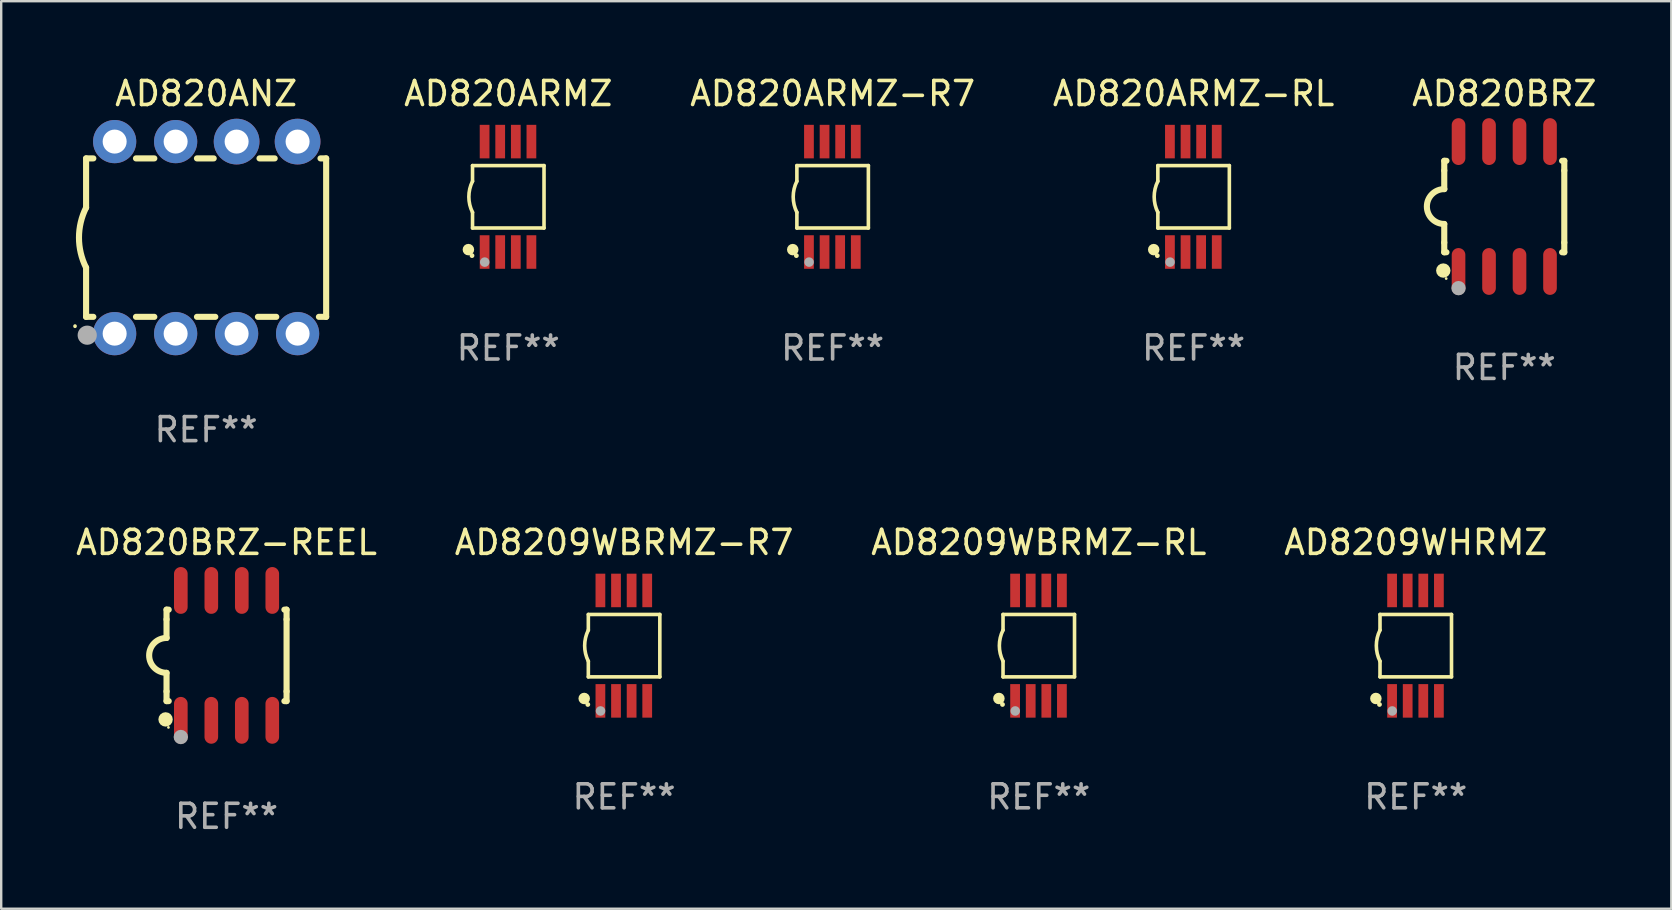
<source format=kicad_pcb>
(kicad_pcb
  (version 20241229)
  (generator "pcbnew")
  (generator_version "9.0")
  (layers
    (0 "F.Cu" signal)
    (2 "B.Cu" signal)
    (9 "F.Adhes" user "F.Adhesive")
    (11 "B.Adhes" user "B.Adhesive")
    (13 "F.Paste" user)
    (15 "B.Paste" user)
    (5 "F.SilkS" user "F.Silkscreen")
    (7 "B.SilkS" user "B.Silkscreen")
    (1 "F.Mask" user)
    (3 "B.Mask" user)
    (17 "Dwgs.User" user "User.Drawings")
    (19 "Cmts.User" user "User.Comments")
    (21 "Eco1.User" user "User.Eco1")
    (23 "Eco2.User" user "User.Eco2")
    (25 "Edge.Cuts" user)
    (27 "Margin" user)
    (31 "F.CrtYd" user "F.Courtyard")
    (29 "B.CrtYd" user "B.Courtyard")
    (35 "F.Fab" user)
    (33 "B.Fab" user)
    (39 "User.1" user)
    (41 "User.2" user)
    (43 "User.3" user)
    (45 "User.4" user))
  (footprint "AD820BRZ-REEL"
    (layer "F.Cu")
    (at 6.387 24.25)
    (property "Reference" "AD820BRZ-REEL" (at 0 -4.705 0) (layer "F.SilkS") (effects (font (size 1 1) (thickness 0.15))))
    (attr through_hole)
    (fp_line (start -2.5 -1.905) (end -2.409 -1.905) (stroke (width 0.254) (type solid)) (layer "F.SilkS"))
    (fp_line (start -2.5 -1.5) (end -2.5 -1.905) (stroke (width 0.254) (type solid)) (layer "F.SilkS"))
    (fp_line (start -2.5 -1.5) (end -2.5 -0.726) (stroke (width 0.254) (type solid)) (layer "F.SilkS"))
    (fp_line (start -2.5 1.5) (end -2.5 0.727) (stroke (width 0.254) (type solid)) (layer "F.SilkS"))
    (fp_line (start -2.5 1.5) (end -2.5 1.905) (stroke (width 0.254) (type solid)) (layer "F.SilkS"))
    (fp_line (start -2.5 1.905) (end -2.409 1.905) (stroke (width 0.254) (type solid)) (layer "F.SilkS"))
    (fp_line (start 2.5 -1.905) (end 2.409 -1.905) (stroke (width 0.254) (type solid)) (layer "F.SilkS"))
    (fp_line (start 2.5 -1.5) (end 2.5 -1.905) (stroke (width 0.254) (type solid)) (layer "F.SilkS"))
    (fp_line (start 2.5 -1.5) (end 2.5 1.5) (stroke (width 0.254) (type solid)) (layer "F.SilkS"))
    (fp_line (start 2.5 1.5) (end 2.5 1.905) (stroke (width 0.254) (type solid)) (layer "F.SilkS"))
    (fp_line (start 2.5 1.905) (end 2.409 1.905) (stroke (width 0.254) (type solid)) (layer "F.SilkS"))
    (fp_arc (start -2.5 0.726568) (mid -3.220316 -0.0023) (end -2.495097 -0.726289) (stroke (width 0.254001) (type solid)) (layer "F.SilkS"))
    (fp_circle (center -2.54 2.667) (end -2.39 2.667) (stroke (width 0.3) (type solid)) (fill no) (layer "F.SilkS"))
    (fp_circle (center -2.42 3) (end -2.39 3) (stroke (width 0.06) (type solid)) (fill no) (layer "F.SilkS"))
    (fp_circle (center -1.905 3.4) (end -1.755 3.4) (stroke (width 0.3) (type solid)) (fill no) (layer "F.Fab"))
    (fp_text user "REF**" (at 0 6.705 0) (layer "F.Fab") (effects (font (size 1 1) (thickness 0.15))))
    (pad "1" smd oval (at -1.905 2.705) (size 0.568 1.95) (layers "F.Cu" "F.Mask" "F.Paste"))
    (pad "2" smd oval (at -0.635 2.705) (size 0.568 1.95) (layers "F.Cu" "F.Mask" "F.Paste"))
    (pad "3" smd oval (at 0.635 2.705) (size 0.568 1.95) (layers "F.Cu" "F.Mask" "F.Paste"))
    (pad "4" smd oval (at 1.905 2.705) (size 0.568 1.95) (layers "F.Cu" "F.Mask" "F.Paste"))
    (pad "5" smd oval (at 1.905 -2.705) (size 0.568 1.95) (layers "F.Cu" "F.Mask" "F.Paste"))
    (pad "6" smd oval (at 0.635 -2.705) (size 0.568 1.95) (layers "F.Cu" "F.Mask" "F.Paste"))
    (pad "7" smd oval (at -0.635 -2.705) (size 0.568 1.95) (layers "F.Cu" "F.Mask" "F.Paste"))
    (pad "8" smd oval (at -1.905 -2.705) (size 0.568 1.95) (layers "F.Cu" "F.Mask" "F.Paste")))
  (footprint "AD820ARMZ-R7"
    (layer "F.Cu")
    (at 31.633 5.148)
    (property "Reference" "AD820ARMZ-R7" (at 0 -4.3 0) (layer "F.SilkS") (effects (font (size 1 1) (thickness 0.15))))
    (attr through_hole)
    (fp_line (start -1.489 -1.3) (end -1.489 -0.648) (stroke (width 0.15) (type solid)) (layer "F.SilkS"))
    (fp_line (start -1.489 0.648) (end -1.489 1.3) (stroke (width 0.15) (type solid)) (layer "F.SilkS"))
    (fp_line (start -1.489 1.3) (end 1.489 1.3) (stroke (width 0.15) (type solid)) (layer "F.SilkS"))
    (fp_line (start 1.489 -1.3) (end -1.489 -1.3) (stroke (width 0.15) (type solid)) (layer "F.SilkS"))
    (fp_line (start 1.489 1.3) (end 1.489 -1.3) (stroke (width 0.15) (type solid)) (layer "F.SilkS"))
    (fp_arc (start -1.489205 0.647702) (mid -1.642107 0) (end -1.489205 -0.647701) (stroke (width 0.150013) (type solid)) (layer "F.SilkS"))
    (fp_circle (center -1.661 2.2) (end -1.541 2.2) (stroke (width 0.24) (type solid)) (fill no) (layer "F.SilkS"))
    (fp_circle (center -1.511 2.45) (end -1.461 2.45) (stroke (width 0.1) (type solid)) (fill no) (layer "F.SilkS"))
    (fp_circle (center -0.981 2.72) (end -0.881 2.72) (stroke (width 0.2) (type solid)) (fill no) (layer "F.Fab"))
    (fp_text user "REF**" (at 0 6.3 0) (layer "F.Fab") (effects (font (size 1 1) (thickness 0.15))))
    (pad "1" smd rect (at -0.986 2.3) (size 0.406 1.397) (layers "F.Cu" "F.Mask" "F.Paste"))
    (pad "2" smd rect (at -0.336 2.3) (size 0.406 1.397) (layers "F.Cu" "F.Mask" "F.Paste"))
    (pad "3" smd rect (at 0.314 2.3) (size 0.406 1.397) (layers "F.Cu" "F.Mask" "F.Paste"))
    (pad "4" smd rect (at 0.964 2.3) (size 0.406 1.397) (layers "F.Cu" "F.Mask" "F.Paste"))
    (pad "5" smd rect (at 0.964 -2.3) (size 0.406 1.397) (layers "F.Cu" "F.Mask" "F.Paste"))
    (pad "6" smd rect (at 0.314 -2.3) (size 0.406 1.397) (layers "F.Cu" "F.Mask" "F.Paste"))
    (pad "7" smd rect (at -0.336 -2.3) (size 0.406 1.397) (layers "F.Cu" "F.Mask" "F.Paste"))
    (pad "8" smd rect (at -0.986 -2.3) (size 0.406 1.397) (layers "F.Cu" "F.Mask" "F.Paste")))
  (footprint "AD8209WBRMZ-R7"
    (layer "F.Cu")
    (at 22.946 23.845)
    (property "Reference" "AD8209WBRMZ-R7" (at 0 -4.3 0) (layer "F.SilkS") (effects (font (size 1 1) (thickness 0.15))))
    (attr through_hole)
    (fp_line (start -1.489 -1.3) (end -1.489 -0.648) (stroke (width 0.15) (type solid)) (layer "F.SilkS"))
    (fp_line (start -1.489 0.648) (end -1.489 1.3) (stroke (width 0.15) (type solid)) (layer "F.SilkS"))
    (fp_line (start -1.489 1.3) (end 1.489 1.3) (stroke (width 0.15) (type solid)) (layer "F.SilkS"))
    (fp_line (start 1.489 -1.3) (end -1.489 -1.3) (stroke (width 0.15) (type solid)) (layer "F.SilkS"))
    (fp_line (start 1.489 1.3) (end 1.489 -1.3) (stroke (width 0.15) (type solid)) (layer "F.SilkS"))
    (fp_arc (start -1.489205 0.647702) (mid -1.642107 0) (end -1.489205 -0.647701) (stroke (width 0.150013) (type solid)) (layer "F.SilkS"))
    (fp_circle (center -1.661 2.2) (end -1.541 2.2) (stroke (width 0.24) (type solid)) (fill no) (layer "F.SilkS"))
    (fp_circle (center -1.511 2.45) (end -1.461 2.45) (stroke (width 0.1) (type solid)) (fill no) (layer "F.SilkS"))
    (fp_circle (center -0.981 2.72) (end -0.881 2.72) (stroke (width 0.2) (type solid)) (fill no) (layer "F.Fab"))
    (fp_text user "REF**" (at 0 6.3 0) (layer "F.Fab") (effects (font (size 1 1) (thickness 0.15))))
    (pad "1" smd rect (at -0.986 2.3) (size 0.406 1.397) (layers "F.Cu" "F.Mask" "F.Paste"))
    (pad "2" smd rect (at -0.336 2.3) (size 0.406 1.397) (layers "F.Cu" "F.Mask" "F.Paste"))
    (pad "3" smd rect (at 0.314 2.3) (size 0.406 1.397) (layers "F.Cu" "F.Mask" "F.Paste"))
    (pad "4" smd rect (at 0.964 2.3) (size 0.406 1.397) (layers "F.Cu" "F.Mask" "F.Paste"))
    (pad "5" smd rect (at 0.964 -2.3) (size 0.406 1.397) (layers "F.Cu" "F.Mask" "F.Paste"))
    (pad "6" smd rect (at 0.314 -2.3) (size 0.406 1.397) (layers "F.Cu" "F.Mask" "F.Paste"))
    (pad "7" smd rect (at -0.336 -2.3) (size 0.406 1.397) (layers "F.Cu" "F.Mask" "F.Paste"))
    (pad "8" smd rect (at -0.986 -2.3) (size 0.406 1.397) (layers "F.Cu" "F.Mask" "F.Paste")))
  (footprint "AD8209WBRMZ-RL"
    (layer "F.Cu")
    (at 40.22 23.845)
    (property "Reference" "AD8209WBRMZ-RL" (at 0 -4.3 0) (layer "F.SilkS") (effects (font (size 1 1) (thickness 0.15))))
    (attr through_hole)
    (fp_line (start -1.489 -1.3) (end -1.489 -0.648) (stroke (width 0.15) (type solid)) (layer "F.SilkS"))
    (fp_line (start -1.489 0.648) (end -1.489 1.3) (stroke (width 0.15) (type solid)) (layer "F.SilkS"))
    (fp_line (start -1.489 1.3) (end 1.489 1.3) (stroke (width 0.15) (type solid)) (layer "F.SilkS"))
    (fp_line (start 1.489 -1.3) (end -1.489 -1.3) (stroke (width 0.15) (type solid)) (layer "F.SilkS"))
    (fp_line (start 1.489 1.3) (end 1.489 -1.3) (stroke (width 0.15) (type solid)) (layer "F.SilkS"))
    (fp_arc (start -1.489205 0.647702) (mid -1.642107 0) (end -1.489205 -0.647701) (stroke (width 0.150013) (type solid)) (layer "F.SilkS"))
    (fp_circle (center -1.661 2.2) (end -1.541 2.2) (stroke (width 0.24) (type solid)) (fill no) (layer "F.SilkS"))
    (fp_circle (center -1.511 2.45) (end -1.461 2.45) (stroke (width 0.1) (type solid)) (fill no) (layer "F.SilkS"))
    (fp_circle (center -0.981 2.72) (end -0.881 2.72) (stroke (width 0.2) (type solid)) (fill no) (layer "F.Fab"))
    (fp_text user "REF**" (at 0 6.3 0) (layer "F.Fab") (effects (font (size 1 1) (thickness 0.15))))
    (pad "1" smd rect (at -0.986 2.3) (size 0.406 1.397) (layers "F.Cu" "F.Mask" "F.Paste"))
    (pad "2" smd rect (at -0.336 2.3) (size 0.406 1.397) (layers "F.Cu" "F.Mask" "F.Paste"))
    (pad "3" smd rect (at 0.314 2.3) (size 0.406 1.397) (layers "F.Cu" "F.Mask" "F.Paste"))
    (pad "4" smd rect (at 0.964 2.3) (size 0.406 1.397) (layers "F.Cu" "F.Mask" "F.Paste"))
    (pad "5" smd rect (at 0.964 -2.3) (size 0.406 1.397) (layers "F.Cu" "F.Mask" "F.Paste"))
    (pad "6" smd rect (at 0.314 -2.3) (size 0.406 1.397) (layers "F.Cu" "F.Mask" "F.Paste"))
    (pad "7" smd rect (at -0.336 -2.3) (size 0.406 1.397) (layers "F.Cu" "F.Mask" "F.Paste"))
    (pad "8" smd rect (at -0.986 -2.3) (size 0.406 1.397) (layers "F.Cu" "F.Mask" "F.Paste")))
  (footprint "AD820ARMZ"
    (layer "F.Cu")
    (at 18.122 5.148)
    (property "Reference" "AD820ARMZ" (at 0 -4.3 0) (layer "F.SilkS") (effects (font (size 1 1) (thickness 0.15))))
    (attr through_hole)
    (fp_line (start -1.489 -1.3) (end -1.489 -0.648) (stroke (width 0.15) (type solid)) (layer "F.SilkS"))
    (fp_line (start -1.489 0.648) (end -1.489 1.3) (stroke (width 0.15) (type solid)) (layer "F.SilkS"))
    (fp_line (start -1.489 1.3) (end 1.489 1.3) (stroke (width 0.15) (type solid)) (layer "F.SilkS"))
    (fp_line (start 1.489 -1.3) (end -1.489 -1.3) (stroke (width 0.15) (type solid)) (layer "F.SilkS"))
    (fp_line (start 1.489 1.3) (end 1.489 -1.3) (stroke (width 0.15) (type solid)) (layer "F.SilkS"))
    (fp_arc (start -1.489205 0.647702) (mid -1.642107 0) (end -1.489205 -0.647701) (stroke (width 0.150013) (type solid)) (layer "F.SilkS"))
    (fp_circle (center -1.661 2.2) (end -1.541 2.2) (stroke (width 0.24) (type solid)) (fill no) (layer "F.SilkS"))
    (fp_circle (center -1.511 2.45) (end -1.461 2.45) (stroke (width 0.1) (type solid)) (fill no) (layer "F.SilkS"))
    (fp_circle (center -0.981 2.72) (end -0.881 2.72) (stroke (width 0.2) (type solid)) (fill no) (layer "F.Fab"))
    (fp_text user "REF**" (at 0 6.3 0) (layer "F.Fab") (effects (font (size 1 1) (thickness 0.15))))
    (pad "1" smd rect (at -0.986 2.3) (size 0.406 1.397) (layers "F.Cu" "F.Mask" "F.Paste"))
    (pad "2" smd rect (at -0.336 2.3) (size 0.406 1.397) (layers "F.Cu" "F.Mask" "F.Paste"))
    (pad "3" smd rect (at 0.314 2.3) (size 0.406 1.397) (layers "F.Cu" "F.Mask" "F.Paste"))
    (pad "4" smd rect (at 0.964 2.3) (size 0.406 1.397) (layers "F.Cu" "F.Mask" "F.Paste"))
    (pad "5" smd rect (at 0.964 -2.3) (size 0.406 1.397) (layers "F.Cu" "F.Mask" "F.Paste"))
    (pad "6" smd rect (at 0.314 -2.3) (size 0.406 1.397) (layers "F.Cu" "F.Mask" "F.Paste"))
    (pad "7" smd rect (at -0.336 -2.3) (size 0.406 1.397) (layers "F.Cu" "F.Mask" "F.Paste"))
    (pad "8" smd rect (at -0.986 -2.3) (size 0.406 1.397) (layers "F.Cu" "F.Mask" "F.Paste")))
  (footprint "AD820BRZ"
    (layer "F.Cu")
    (at 59.61 5.553)
    (property "Reference" "AD820BRZ" (at 0 -4.705 0) (layer "F.SilkS") (effects (font (size 1 1) (thickness 0.15))))
    (attr through_hole)
    (fp_line (start -2.5 -1.905) (end -2.409 -1.905) (stroke (width 0.254) (type solid)) (layer "F.SilkS"))
    (fp_line (start -2.5 -1.5) (end -2.5 -1.905) (stroke (width 0.254) (type solid)) (layer "F.SilkS"))
    (fp_line (start -2.5 -1.5) (end -2.5 -0.726) (stroke (width 0.254) (type solid)) (layer "F.SilkS"))
    (fp_line (start -2.5 1.5) (end -2.5 0.727) (stroke (width 0.254) (type solid)) (layer "F.SilkS"))
    (fp_line (start -2.5 1.5) (end -2.5 1.905) (stroke (width 0.254) (type solid)) (layer "F.SilkS"))
    (fp_line (start -2.5 1.905) (end -2.409 1.905) (stroke (width 0.254) (type solid)) (layer "F.SilkS"))
    (fp_line (start 2.5 -1.905) (end 2.409 -1.905) (stroke (width 0.254) (type solid)) (layer "F.SilkS"))
    (fp_line (start 2.5 -1.5) (end 2.5 -1.905) (stroke (width 0.254) (type solid)) (layer "F.SilkS"))
    (fp_line (start 2.5 -1.5) (end 2.5 1.5) (stroke (width 0.254) (type solid)) (layer "F.SilkS"))
    (fp_line (start 2.5 1.5) (end 2.5 1.905) (stroke (width 0.254) (type solid)) (layer "F.SilkS"))
    (fp_line (start 2.5 1.905) (end 2.409 1.905) (stroke (width 0.254) (type solid)) (layer "F.SilkS"))
    (fp_arc (start -2.5 0.726568) (mid -3.220316 -0.0023) (end -2.495097 -0.726289) (stroke (width 0.254001) (type solid)) (layer "F.SilkS"))
    (fp_circle (center -2.54 2.667) (end -2.39 2.667) (stroke (width 0.3) (type solid)) (fill no) (layer "F.SilkS"))
    (fp_circle (center -2.42 3) (end -2.39 3) (stroke (width 0.06) (type solid)) (fill no) (layer "F.SilkS"))
    (fp_circle (center -1.905 3.4) (end -1.755 3.4) (stroke (width 0.3) (type solid)) (fill no) (layer "F.Fab"))
    (fp_text user "REF**" (at 0 6.705 0) (layer "F.Fab") (effects (font (size 1 1) (thickness 0.15))))
    (pad "1" smd oval (at -1.905 2.705) (size 0.568 1.95) (layers "F.Cu" "F.Mask" "F.Paste"))
    (pad "2" smd oval (at -0.635 2.705) (size 0.568 1.95) (layers "F.Cu" "F.Mask" "F.Paste"))
    (pad "3" smd oval (at 0.635 2.705) (size 0.568 1.95) (layers "F.Cu" "F.Mask" "F.Paste"))
    (pad "4" smd oval (at 1.905 2.705) (size 0.568 1.95) (layers "F.Cu" "F.Mask" "F.Paste"))
    (pad "5" smd oval (at 1.905 -2.705) (size 0.568 1.95) (layers "F.Cu" "F.Mask" "F.Paste"))
    (pad "6" smd oval (at 0.635 -2.705) (size 0.568 1.95) (layers "F.Cu" "F.Mask" "F.Paste"))
    (pad "7" smd oval (at -0.635 -2.705) (size 0.568 1.95) (layers "F.Cu" "F.Mask" "F.Paste"))
    (pad "8" smd oval (at -1.905 -2.705) (size 0.568 1.95) (layers "F.Cu" "F.Mask" "F.Paste")))
  (footprint "AD8209WHRMZ"
    (layer "F.Cu")
    (at 55.923 23.845)
    (property "Reference" "AD8209WHRMZ" (at 0 -4.3 0) (layer "F.SilkS") (effects (font (size 1 1) (thickness 0.15))))
    (attr through_hole)
    (fp_line (start -1.489 -1.3) (end -1.489 -0.648) (stroke (width 0.15) (type solid)) (layer "F.SilkS"))
    (fp_line (start -1.489 0.648) (end -1.489 1.3) (stroke (width 0.15) (type solid)) (layer "F.SilkS"))
    (fp_line (start -1.489 1.3) (end 1.489 1.3) (stroke (width 0.15) (type solid)) (layer "F.SilkS"))
    (fp_line (start 1.489 -1.3) (end -1.489 -1.3) (stroke (width 0.15) (type solid)) (layer "F.SilkS"))
    (fp_line (start 1.489 1.3) (end 1.489 -1.3) (stroke (width 0.15) (type solid)) (layer "F.SilkS"))
    (fp_arc (start -1.489205 0.647702) (mid -1.642107 0) (end -1.489205 -0.647701) (stroke (width 0.150013) (type solid)) (layer "F.SilkS"))
    (fp_circle (center -1.661 2.2) (end -1.541 2.2) (stroke (width 0.24) (type solid)) (fill no) (layer "F.SilkS"))
    (fp_circle (center -1.511 2.45) (end -1.461 2.45) (stroke (width 0.1) (type solid)) (fill no) (layer "F.SilkS"))
    (fp_circle (center -0.981 2.72) (end -0.881 2.72) (stroke (width 0.2) (type solid)) (fill no) (layer "F.Fab"))
    (fp_text user "REF**" (at 0 6.3 0) (layer "F.Fab") (effects (font (size 1 1) (thickness 0.15))))
    (pad "1" smd rect (at -0.986 2.3) (size 0.406 1.397) (layers "F.Cu" "F.Mask" "F.Paste"))
    (pad "2" smd rect (at -0.336 2.3) (size 0.406 1.397) (layers "F.Cu" "F.Mask" "F.Paste"))
    (pad "3" smd rect (at 0.314 2.3) (size 0.406 1.397) (layers "F.Cu" "F.Mask" "F.Paste"))
    (pad "4" smd rect (at 0.964 2.3) (size 0.406 1.397) (layers "F.Cu" "F.Mask" "F.Paste"))
    (pad "5" smd rect (at 0.964 -2.3) (size 0.406 1.397) (layers "F.Cu" "F.Mask" "F.Paste"))
    (pad "6" smd rect (at 0.314 -2.3) (size 0.406 1.397) (layers "F.Cu" "F.Mask" "F.Paste"))
    (pad "7" smd rect (at -0.336 -2.3) (size 0.406 1.397) (layers "F.Cu" "F.Mask" "F.Paste"))
    (pad "8" smd rect (at -0.986 -2.3) (size 0.406 1.397) (layers "F.Cu" "F.Mask" "F.Paste")))
  (footprint "AD820ANZ"
    (layer "F.Cu")
    (at 5.536 6.848)
    (property "Reference" "AD820ANZ" (at 0 -6 0) (layer "F.SilkS") (effects (font (size 1 1) (thickness 0.15))))
    (attr through_hole)
    (fp_line (start -5 -3.3) (end -5 -1.25) (stroke (width 0.254) (type solid)) (layer "F.SilkS"))
    (fp_line (start -5 -3.3) (end -4.698 -3.3) (stroke (width 0.254) (type solid)) (layer "F.SilkS"))
    (fp_line (start -5 3.3) (end -5 1.25) (stroke (width 0.254) (type solid)) (layer "F.SilkS"))
    (fp_line (start -5 3.3) (end -4.698 3.3) (stroke (width 0.254) (type solid)) (layer "F.SilkS"))
    (fp_line (start -2.922 -3.3) (end -2.158 -3.3) (stroke (width 0.254) (type solid)) (layer "F.SilkS"))
    (fp_line (start -2.922 3.3) (end -2.158 3.3) (stroke (width 0.254) (type solid)) (layer "F.SilkS"))
    (fp_line (start -0.382 -3.3) (end 0.316 -3.3) (stroke (width 0.254) (type solid)) (layer "F.SilkS"))
    (fp_line (start -0.382 3.3) (end 0.382 3.3) (stroke (width 0.254) (type solid)) (layer "F.SilkS"))
    (fp_line (start 2.158 3.3) (end 2.922 3.3) (stroke (width 0.254) (type solid)) (layer "F.SilkS"))
    (fp_line (start 2.224 -3.3) (end 2.856 -3.3) (stroke (width 0.254) (type solid)) (layer "F.SilkS"))
    (fp_line (start 4.698 3.3) (end 5 3.3) (stroke (width 0.254) (type solid)) (layer "F.SilkS"))
    (fp_line (start 4.764 -3.3) (end 5 -3.3) (stroke (width 0.254) (type solid)) (layer "F.SilkS"))
    (fp_line (start 5 -3.3) (end 5 3.3) (stroke (width 0.254) (type solid)) (layer "F.SilkS"))
    (fp_arc (start -5.46124 3.694259) (mid -5.461175 3.688632) (end -5.460986 3.683007) (stroke (width 0.149987) (type solid)) (layer "F.SilkS"))
    (fp_arc (start -5.00127 1.249682) (mid -5.295892 -0.000313) (end -5.000025 -1.250013) (stroke (width 0.254001) (type solid)) (layer "F.SilkS"))
    (fp_circle (center -4.795 4.237) (end -4.765 4.237) (stroke (width 0.06) (type solid)) (fill no) (layer "F.SilkS"))
    (fp_circle (center -4.953 4.064) (end -4.753 4.064) (stroke (width 0.4) (type solid)) (fill no) (layer "F.Fab"))
    (fp_text user "REF**" (at 0 8 0) (layer "F.Fab") (effects (font (size 1 1) (thickness 0.15))))
    (pad "1" thru_hole circle (at -3.81 4) (size 1.8 1.8) (drill 1) (layers "*.Cu" "*.Mask"))
    (pad "2" thru_hole circle (at -1.27 4) (size 1.8 1.8) (drill 1) (layers "*.Cu" "*.Mask"))
    (pad "3" thru_hole circle (at 1.27 4) (size 1.8 1.8) (drill 1) (layers "*.Cu" "*.Mask"))
    (pad "4" thru_hole circle (at 3.81 4) (size 1.8 1.8) (drill 1) (layers "*.Cu" "*.Mask"))
    (pad "5" thru_hole circle (at 3.81 -4) (size 1.905 1.905) (drill 1) (layers "*.Cu" "*.Mask"))
    (pad "6" thru_hole circle (at 1.27 -4) (size 1.905 1.905) (drill 1) (layers "*.Cu" "*.Mask"))
    (pad "7" thru_hole circle (at -1.27 -4) (size 1.8 1.8) (drill 1) (layers "*.Cu" "*.Mask"))
    (pad "8" thru_hole circle (at -3.81 -4) (size 1.8 1.8) (drill 1) (layers "*.Cu" "*.Mask")))
  (footprint "AD820ARMZ-RL"
    (layer "F.Cu")
    (at 46.669 5.148)
    (property "Reference" "AD820ARMZ-RL" (at 0 -4.3 0) (layer "F.SilkS") (effects (font (size 1 1) (thickness 0.15))))
    (attr through_hole)
    (fp_line (start -1.489 -1.3) (end -1.489 -0.648) (stroke (width 0.15) (type solid)) (layer "F.SilkS"))
    (fp_line (start -1.489 0.648) (end -1.489 1.3) (stroke (width 0.15) (type solid)) (layer "F.SilkS"))
    (fp_line (start -1.489 1.3) (end 1.489 1.3) (stroke (width 0.15) (type solid)) (layer "F.SilkS"))
    (fp_line (start 1.489 -1.3) (end -1.489 -1.3) (stroke (width 0.15) (type solid)) (layer "F.SilkS"))
    (fp_line (start 1.489 1.3) (end 1.489 -1.3) (stroke (width 0.15) (type solid)) (layer "F.SilkS"))
    (fp_arc (start -1.489205 0.647702) (mid -1.642107 0) (end -1.489205 -0.647701) (stroke (width 0.150013) (type solid)) (layer "F.SilkS"))
    (fp_circle (center -1.661 2.2) (end -1.541 2.2) (stroke (width 0.24) (type solid)) (fill no) (layer "F.SilkS"))
    (fp_circle (center -1.511 2.45) (end -1.461 2.45) (stroke (width 0.1) (type solid)) (fill no) (layer "F.SilkS"))
    (fp_circle (center -0.981 2.72) (end -0.881 2.72) (stroke (width 0.2) (type solid)) (fill no) (layer "F.Fab"))
    (fp_text user "REF**" (at 0 6.3 0) (layer "F.Fab") (effects (font (size 1 1) (thickness 0.15))))
    (pad "1" smd rect (at -0.986 2.3) (size 0.406 1.397) (layers "F.Cu" "F.Mask" "F.Paste"))
    (pad "2" smd rect (at -0.336 2.3) (size 0.406 1.397) (layers "F.Cu" "F.Mask" "F.Paste"))
    (pad "3" smd rect (at 0.314 2.3) (size 0.406 1.397) (layers "F.Cu" "F.Mask" "F.Paste"))
    (pad "4" smd rect (at 0.964 2.3) (size 0.406 1.397) (layers "F.Cu" "F.Mask" "F.Paste"))
    (pad "5" smd rect (at 0.964 -2.3) (size 0.406 1.397) (layers "F.Cu" "F.Mask" "F.Paste"))
    (pad "6" smd rect (at 0.314 -2.3) (size 0.406 1.397) (layers "F.Cu" "F.Mask" "F.Paste"))
    (pad "7" smd rect (at -0.336 -2.3) (size 0.406 1.397) (layers "F.Cu" "F.Mask" "F.Paste"))
    (pad "8" smd rect (at -0.986 -2.3) (size 0.406 1.397) (layers "F.Cu" "F.Mask" "F.Paste")))
  (gr_rect
    (start -3 -3)
    (end 66.568 34.803)
    (stroke (width 0.1) (type default))
    (fill no)
    (layer "Edge.Cuts")))
</source>
